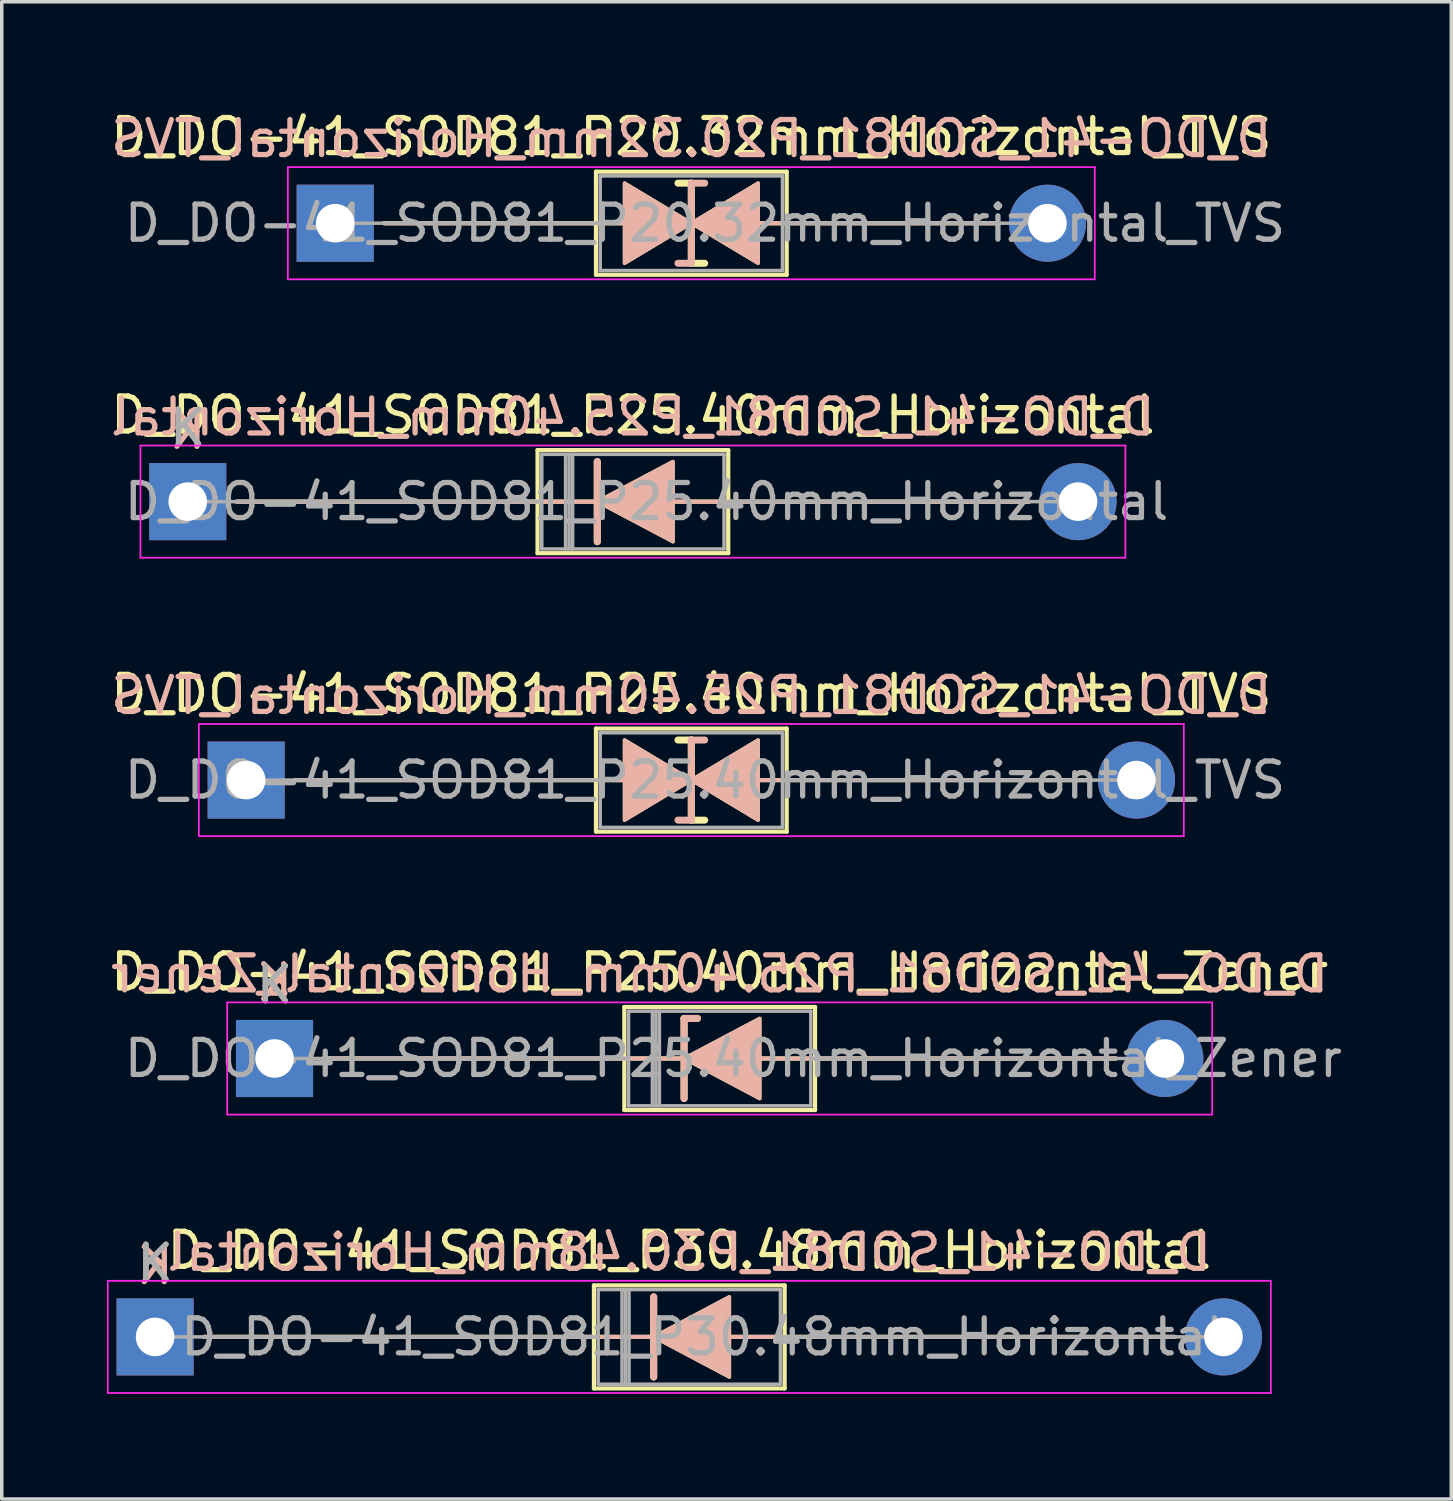
<source format=kicad_pcb>
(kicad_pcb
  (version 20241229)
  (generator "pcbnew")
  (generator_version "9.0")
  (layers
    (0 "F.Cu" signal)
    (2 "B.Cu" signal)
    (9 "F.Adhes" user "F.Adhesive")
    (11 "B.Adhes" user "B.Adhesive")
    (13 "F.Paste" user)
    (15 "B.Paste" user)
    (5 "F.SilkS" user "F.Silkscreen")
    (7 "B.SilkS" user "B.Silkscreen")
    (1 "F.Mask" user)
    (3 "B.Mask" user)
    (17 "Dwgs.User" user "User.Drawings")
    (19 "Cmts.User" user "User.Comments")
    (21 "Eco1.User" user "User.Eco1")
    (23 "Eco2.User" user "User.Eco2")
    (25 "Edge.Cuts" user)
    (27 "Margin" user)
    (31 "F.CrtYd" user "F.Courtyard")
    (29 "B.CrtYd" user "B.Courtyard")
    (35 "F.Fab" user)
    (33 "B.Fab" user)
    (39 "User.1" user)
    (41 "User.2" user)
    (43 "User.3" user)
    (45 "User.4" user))
  (footprint "D_DO-41_SOD81_P25.40mm_Horizontal"
    (layer "F.Cu")
    (at 2.306 11.261)
    (property "Reference" "D_DO-41_SOD81_P25.40mm_Horizontal" (at 12.7 -2.47 0) (layer "F.SilkS") (effects (font (size 1 1) (thickness 0.15))))
    (fp_line (start 1.397 0) (end 9.98 0) (stroke (width 0.12) (type solid)) (layer "F.SilkS"))
    (fp_line (start 9.98 -1.47) (end 9.98 1.47) (stroke (width 0.12) (type solid)) (layer "F.SilkS"))
    (fp_line (start 9.98 1.47) (end 15.42 1.47) (stroke (width 0.12) (type solid)) (layer "F.SilkS"))
    (fp_line (start 11.684 -1.143) (end 11.684 1.143) (stroke (width 0.2) (type solid)) (layer "F.SilkS"))
    (fp_line (start 11.684 0) (end 9.98 0) (stroke (width 0.12) (type solid)) (layer "F.SilkS"))
    (fp_line (start 13.843 0) (end 15.42 0) (stroke (width 0.12) (type solid)) (layer "F.SilkS"))
    (fp_line (start 15.42 -1.47) (end 9.98 -1.47) (stroke (width 0.12) (type solid)) (layer "F.SilkS"))
    (fp_line (start 15.42 1.47) (end 15.42 -1.47) (stroke (width 0.12) (type solid)) (layer "F.SilkS"))
    (fp_line (start 24.003 0) (end 15.42 0) (stroke (width 0.12) (type solid)) (layer "F.SilkS"))
    (fp_poly (pts (xy 13.843 1.143) (xy 11.684 0) (xy 13.843 -1.143)) (stroke (width 0.1) (type solid)) (fill yes) (layer "F.SilkS"))
    (fp_line (start 1.397 0) (end 9.98 0) (stroke (width 0.12) (type solid)) (layer "B.SilkS"))
    (fp_line (start 11.684 0) (end 9.98 0) (stroke (width 0.12) (type solid)) (layer "B.SilkS"))
    (fp_line (start 11.684 1.143) (end 11.684 -1.143) (stroke (width 0.2) (type solid)) (layer "B.SilkS"))
    (fp_line (start 13.843 0) (end 15.42 0) (stroke (width 0.12) (type solid)) (layer "B.SilkS"))
    (fp_line (start 24.003 0) (end 15.42 0) (stroke (width 0.12) (type solid)) (layer "B.SilkS"))
    (fp_poly (pts (xy 13.843 -1.143) (xy 11.684 0) (xy 13.843 1.143)) (stroke (width 0.1) (type solid)) (fill yes) (layer "B.SilkS"))
    (fp_line (start -1.35 -1.6) (end -1.35 1.6) (stroke (width 0.05) (type solid)) (layer "F.CrtYd"))
    (fp_line (start -1.35 1.6) (end 26.75 1.6) (stroke (width 0.05) (type solid)) (layer "F.CrtYd"))
    (fp_line (start 26.75 -1.6) (end -1.35 -1.6) (stroke (width 0.05) (type solid)) (layer "F.CrtYd"))
    (fp_line (start 26.75 1.6) (end 26.75 -1.6) (stroke (width 0.05) (type solid)) (layer "F.CrtYd"))
    (fp_line (start 0 0) (end 10.1 0) (stroke (width 0.1) (type solid)) (layer "F.Fab"))
    (fp_line (start 10.1 -1.35) (end 10.1 1.35) (stroke (width 0.1) (type solid)) (layer "F.Fab"))
    (fp_line (start 10.1 1.35) (end 15.3 1.35) (stroke (width 0.1) (type solid)) (layer "F.Fab"))
    (fp_line (start 10.78 -1.35) (end 10.78 1.35) (stroke (width 0.1) (type solid)) (layer "F.Fab"))
    (fp_line (start 10.88 -1.35) (end 10.88 1.35) (stroke (width 0.1) (type solid)) (layer "F.Fab"))
    (fp_line (start 10.98 -1.35) (end 10.98 1.35) (stroke (width 0.1) (type solid)) (layer "F.Fab"))
    (fp_line (start 15.3 -1.35) (end 10.1 -1.35) (stroke (width 0.1) (type solid)) (layer "F.Fab"))
    (fp_line (start 15.3 1.35) (end 15.3 -1.35) (stroke (width 0.1) (type solid)) (layer "F.Fab"))
    (fp_line (start 25.4 0) (end 15.3 0) (stroke (width 0.1) (type solid)) (layer "F.Fab"))
    (fp_text user "K" (at 0 -2.1 0) (layer "F.SilkS") (effects (font (size 1 1) (thickness 0.15))))
    (fp_text user "${REFERENCE}" (at 12.7 -2.413 0) (layer "B.SilkS") (effects (font (size 1 1) (thickness 0.15)) (justify mirror)))
    (fp_text user "K" (at 0 -2.032 0) (layer "B.SilkS") (effects (font (size 1 1) (thickness 0.15)) (justify mirror)))
    (fp_text user "K" (at 0 -2.1 0) (layer "F.Fab") (effects (font (size 1 1) (thickness 0.15))))
    (fp_text user "${REFERENCE}" (at 13.09 0 0) (layer "F.Fab") (effects (font (size 1 1) (thickness 0.15))))
    (pad "1" thru_hole rect (at 0 0) (size 2.2 2.2) (drill 1.1) (layers "*.Cu" "*.Mask"))
    (pad "2" thru_hole oval (at 25.4 0) (size 2.2 2.2) (drill 1.1) (layers "*.Cu" "*.Mask")))
  (footprint "D_DO-41_SOD81_P25.40mm_Horizontal_TVS"
    (layer "F.Cu")
    (at 3.973 19.205)
    (property "Reference" "D_DO-41_SOD81_P25.40mm_Horizontal_TVS" (at 12.7 -2.47 0) (layer "F.SilkS") (effects (font (size 1 1) (thickness 0.15))))
    (fp_line (start 1.397 0) (end 9.98 0) (stroke (width 0.12) (type solid)) (layer "F.SilkS"))
    (fp_line (start 9.98 -1.47) (end 9.98 1.47) (stroke (width 0.12) (type solid)) (layer "F.SilkS"))
    (fp_line (start 9.98 0) (end 10.795 0) (stroke (width 0.12) (type solid)) (layer "F.SilkS"))
    (fp_line (start 9.98 1.47) (end 15.42 1.47) (stroke (width 0.12) (type solid)) (layer "F.SilkS"))
    (fp_line (start 12.7 -1.143) (end 12.319 -1.143) (stroke (width 0.2) (type solid)) (layer "F.SilkS"))
    (fp_line (start 12.7 1.143) (end 12.7 -1.143) (stroke (width 0.2) (type solid)) (layer "F.SilkS"))
    (fp_line (start 13.081 1.143) (end 12.7 1.143) (stroke (width 0.2) (type solid)) (layer "F.SilkS"))
    (fp_line (start 14.605 0) (end 15.42 0) (stroke (width 0.12) (type solid)) (layer "F.SilkS"))
    (fp_line (start 15.42 -1.47) (end 9.98 -1.47) (stroke (width 0.12) (type solid)) (layer "F.SilkS"))
    (fp_line (start 15.42 1.47) (end 15.42 -1.47) (stroke (width 0.12) (type solid)) (layer "F.SilkS"))
    (fp_line (start 24.003 0) (end 15.42 0) (stroke (width 0.12) (type solid)) (layer "F.SilkS"))
    (fp_poly (pts (xy 12.7 0) (xy 10.795 1.143) (xy 10.795 -1.143)) (stroke (width 0.1) (type solid)) (fill yes) (layer "F.SilkS"))
    (fp_poly (pts (xy 12.7 0) (xy 14.605 -1.143) (xy 14.605 1.143)) (stroke (width 0.1) (type solid)) (fill yes) (layer "F.SilkS"))
    (fp_line (start 1.397 0) (end 9.98 0) (stroke (width 0.12) (type solid)) (layer "B.SilkS"))
    (fp_line (start 9.98 0) (end 10.795 0) (stroke (width 0.12) (type solid)) (layer "B.SilkS"))
    (fp_line (start 12.7 -1.143) (end 12.7 1.143) (stroke (width 0.2) (type solid)) (layer "B.SilkS"))
    (fp_line (start 12.7 1.143) (end 12.319 1.143) (stroke (width 0.2) (type solid)) (layer "B.SilkS"))
    (fp_line (start 13.081 -1.143) (end 12.7 -1.143) (stroke (width 0.2) (type solid)) (layer "B.SilkS"))
    (fp_line (start 14.605 0) (end 15.42 0) (stroke (width 0.12) (type solid)) (layer "B.SilkS"))
    (fp_line (start 24.003 0) (end 15.42 0) (stroke (width 0.12) (type solid)) (layer "B.SilkS"))
    (fp_poly (pts (xy 12.7 0) (xy 10.795 -1.143) (xy 10.795 1.143)) (stroke (width 0.1) (type solid)) (fill yes) (layer "B.SilkS"))
    (fp_poly (pts (xy 12.7 0) (xy 14.605 1.143) (xy 14.605 -1.143)) (stroke (width 0.1) (type solid)) (fill yes) (layer "B.SilkS"))
    (fp_line (start -1.35 -1.6) (end -1.35 1.6) (stroke (width 0.05) (type solid)) (layer "F.CrtYd"))
    (fp_line (start -1.35 1.6) (end 26.75 1.6) (stroke (width 0.05) (type solid)) (layer "F.CrtYd"))
    (fp_line (start 26.75 -1.6) (end -1.35 -1.6) (stroke (width 0.05) (type solid)) (layer "F.CrtYd"))
    (fp_line (start 26.75 1.6) (end 26.75 -1.6) (stroke (width 0.05) (type solid)) (layer "F.CrtYd"))
    (fp_line (start 0 0) (end 10.1 0) (stroke (width 0.1) (type solid)) (layer "F.Fab"))
    (fp_line (start 10.1 -1.35) (end 10.1 1.35) (stroke (width 0.1) (type solid)) (layer "F.Fab"))
    (fp_line (start 10.1 1.35) (end 15.3 1.35) (stroke (width 0.1) (type solid)) (layer "F.Fab"))
    (fp_line (start 15.3 -1.35) (end 10.1 -1.35) (stroke (width 0.1) (type solid)) (layer "F.Fab"))
    (fp_line (start 15.3 1.35) (end 15.3 -1.35) (stroke (width 0.1) (type solid)) (layer "F.Fab"))
    (fp_line (start 25.4 0) (end 15.3 0) (stroke (width 0.1) (type solid)) (layer "F.Fab"))
    (fp_text user "${REFERENCE}" (at 12.7 -2.413 0) (layer "B.SilkS") (effects (font (size 1 1) (thickness 0.15)) (justify mirror)))
    (fp_text user "${REFERENCE}" (at 13.09 0 0) (layer "F.Fab") (effects (font (size 1 1) (thickness 0.15))))
    (pad "1" thru_hole rect (at 0 0) (size 2.2 2.2) (drill 1.1) (layers "*.Cu" "*.Mask"))
    (pad "2" thru_hole oval (at 25.4 0) (size 2.2 2.2) (drill 1.1) (layers "*.Cu" "*.Mask")))
  (footprint "D_DO-41_SOD81_P20.32mm_Horizontal_TVS"
    (layer "F.Cu")
    (at 6.513 3.318)
    (property "Reference" "D_DO-41_SOD81_P20.32mm_Horizontal_TVS" (at 10.16 -2.47 0) (layer "F.SilkS") (effects (font (size 1 1) (thickness 0.15))))
    (fp_line (start 1.397 0) (end 7.44 0) (stroke (width 0.12) (type solid)) (layer "F.SilkS"))
    (fp_line (start 7.44 -1.47) (end 7.44 1.47) (stroke (width 0.12) (type solid)) (layer "F.SilkS"))
    (fp_line (start 7.44 0) (end 8.255 0) (stroke (width 0.12) (type solid)) (layer "F.SilkS"))
    (fp_line (start 7.44 1.47) (end 12.88 1.47) (stroke (width 0.12) (type solid)) (layer "F.SilkS"))
    (fp_line (start 10.16 -1.143) (end 9.779 -1.143) (stroke (width 0.2) (type solid)) (layer "F.SilkS"))
    (fp_line (start 10.16 1.143) (end 10.16 -1.143) (stroke (width 0.2) (type solid)) (layer "F.SilkS"))
    (fp_line (start 10.541 1.143) (end 10.16 1.143) (stroke (width 0.2) (type solid)) (layer "F.SilkS"))
    (fp_line (start 12.065 0) (end 12.88 0) (stroke (width 0.12) (type solid)) (layer "F.SilkS"))
    (fp_line (start 12.88 -1.47) (end 7.44 -1.47) (stroke (width 0.12) (type solid)) (layer "F.SilkS"))
    (fp_line (start 12.88 1.47) (end 12.88 -1.47) (stroke (width 0.12) (type solid)) (layer "F.SilkS"))
    (fp_line (start 18.923 0) (end 12.88 0) (stroke (width 0.12) (type solid)) (layer "F.SilkS"))
    (fp_poly (pts (xy 10.16 0) (xy 8.255 1.143) (xy 8.255 -1.143)) (stroke (width 0.1) (type solid)) (fill yes) (layer "F.SilkS"))
    (fp_poly (pts (xy 10.16 0) (xy 12.065 -1.143) (xy 12.065 1.143)) (stroke (width 0.1) (type solid)) (fill yes) (layer "F.SilkS"))
    (fp_line (start 1.397 0) (end 7.44 0) (stroke (width 0.12) (type solid)) (layer "B.SilkS"))
    (fp_line (start 7.44 0) (end 8.255 0) (stroke (width 0.12) (type solid)) (layer "B.SilkS"))
    (fp_line (start 10.16 -1.143) (end 10.16 1.143) (stroke (width 0.2) (type solid)) (layer "B.SilkS"))
    (fp_line (start 10.16 1.143) (end 9.779 1.143) (stroke (width 0.2) (type solid)) (layer "B.SilkS"))
    (fp_line (start 10.541 -1.143) (end 10.16 -1.143) (stroke (width 0.2) (type solid)) (layer "B.SilkS"))
    (fp_line (start 12.065 0) (end 12.88 0) (stroke (width 0.12) (type solid)) (layer "B.SilkS"))
    (fp_line (start 18.923 0) (end 12.88 0) (stroke (width 0.12) (type solid)) (layer "B.SilkS"))
    (fp_poly (pts (xy 10.16 0) (xy 8.255 -1.143) (xy 8.255 1.143)) (stroke (width 0.1) (type solid)) (fill yes) (layer "B.SilkS"))
    (fp_poly (pts (xy 10.16 0) (xy 12.065 1.143) (xy 12.065 -1.143)) (stroke (width 0.1) (type solid)) (fill yes) (layer "B.SilkS"))
    (fp_line (start -1.35 -1.6) (end -1.35 1.6) (stroke (width 0.05) (type solid)) (layer "F.CrtYd"))
    (fp_line (start -1.35 1.6) (end 21.67 1.6) (stroke (width 0.05) (type solid)) (layer "F.CrtYd"))
    (fp_line (start 21.67 -1.6) (end -1.35 -1.6) (stroke (width 0.05) (type solid)) (layer "F.CrtYd"))
    (fp_line (start 21.67 1.6) (end 21.67 -1.6) (stroke (width 0.05) (type solid)) (layer "F.CrtYd"))
    (fp_line (start 0 0) (end 7.56 0) (stroke (width 0.1) (type solid)) (layer "F.Fab"))
    (fp_line (start 7.56 -1.35) (end 7.56 1.35) (stroke (width 0.1) (type solid)) (layer "F.Fab"))
    (fp_line (start 7.56 1.35) (end 12.76 1.35) (stroke (width 0.1) (type solid)) (layer "F.Fab"))
    (fp_line (start 12.76 -1.35) (end 7.56 -1.35) (stroke (width 0.1) (type solid)) (layer "F.Fab"))
    (fp_line (start 12.76 1.35) (end 12.76 -1.35) (stroke (width 0.1) (type solid)) (layer "F.Fab"))
    (fp_line (start 20.32 0) (end 12.76 0) (stroke (width 0.1) (type solid)) (layer "F.Fab"))
    (fp_text user "${REFERENCE}" (at 10.16 -2.413 0) (layer "B.SilkS") (effects (font (size 1 1) (thickness 0.15)) (justify mirror)))
    (fp_text user "${REFERENCE}" (at 10.55 0 0) (layer "F.Fab") (effects (font (size 1 1) (thickness 0.15))))
    (pad "1" thru_hole rect (at 0 0) (size 2.2 2.2) (drill 1.1) (layers "*.Cu" "*.Mask"))
    (pad "2" thru_hole oval (at 20.32 0) (size 2.2 2.2) (drill 1.1) (layers "*.Cu" "*.Mask")))
  (footprint "D_DO-41_SOD81_P30.48mm_Horizontal"
    (layer "F.Cu")
    (at 1.375 35.091)
    (property "Reference" "D_DO-41_SOD81_P30.48mm_Horizontal" (at 15.24 -2.47 0) (layer "F.SilkS") (effects (font (size 1 1) (thickness 0.15))))
    (fp_line (start 1.397 0) (end 12.52 0) (stroke (width 0.12) (type solid)) (layer "F.SilkS"))
    (fp_line (start 12.52 -1.47) (end 12.52 1.47) (stroke (width 0.12) (type solid)) (layer "F.SilkS"))
    (fp_line (start 12.52 1.47) (end 17.96 1.47) (stroke (width 0.12) (type solid)) (layer "F.SilkS"))
    (fp_line (start 14.224 -1.143) (end 14.224 1.143) (stroke (width 0.2) (type solid)) (layer "F.SilkS"))
    (fp_line (start 14.224 0) (end 12.52 0) (stroke (width 0.12) (type solid)) (layer "F.SilkS"))
    (fp_line (start 16.383 0) (end 17.96 0) (stroke (width 0.12) (type solid)) (layer "F.SilkS"))
    (fp_line (start 17.96 -1.47) (end 12.52 -1.47) (stroke (width 0.12) (type solid)) (layer "F.SilkS"))
    (fp_line (start 17.96 1.47) (end 17.96 -1.47) (stroke (width 0.12) (type solid)) (layer "F.SilkS"))
    (fp_line (start 29.083 0) (end 17.96 0) (stroke (width 0.12) (type solid)) (layer "F.SilkS"))
    (fp_poly (pts (xy 16.383 1.143) (xy 14.224 0) (xy 16.383 -1.143)) (stroke (width 0.1) (type solid)) (fill yes) (layer "F.SilkS"))
    (fp_line (start 1.397 0) (end 12.52 0) (stroke (width 0.12) (type solid)) (layer "B.SilkS"))
    (fp_line (start 14.224 0) (end 12.52 0) (stroke (width 0.12) (type solid)) (layer "B.SilkS"))
    (fp_line (start 14.224 1.143) (end 14.224 -1.143) (stroke (width 0.2) (type solid)) (layer "B.SilkS"))
    (fp_line (start 16.383 0) (end 17.96 0) (stroke (width 0.12) (type solid)) (layer "B.SilkS"))
    (fp_line (start 29.083 0) (end 17.96 0) (stroke (width 0.12) (type solid)) (layer "B.SilkS"))
    (fp_poly (pts (xy 16.383 -1.143) (xy 14.224 0) (xy 16.383 1.143)) (stroke (width 0.1) (type solid)) (fill yes) (layer "B.SilkS"))
    (fp_line (start -1.35 -1.6) (end -1.35 1.6) (stroke (width 0.05) (type solid)) (layer "F.CrtYd"))
    (fp_line (start -1.35 1.6) (end 31.83 1.6) (stroke (width 0.05) (type solid)) (layer "F.CrtYd"))
    (fp_line (start 31.83 -1.6) (end -1.35 -1.6) (stroke (width 0.05) (type solid)) (layer "F.CrtYd"))
    (fp_line (start 31.83 1.6) (end 31.83 -1.6) (stroke (width 0.05) (type solid)) (layer "F.CrtYd"))
    (fp_line (start 0 0) (end 12.64 0) (stroke (width 0.1) (type solid)) (layer "F.Fab"))
    (fp_line (start 12.64 -1.35) (end 12.64 1.35) (stroke (width 0.1) (type solid)) (layer "F.Fab"))
    (fp_line (start 12.64 1.35) (end 17.84 1.35) (stroke (width 0.1) (type solid)) (layer "F.Fab"))
    (fp_line (start 13.32 -1.35) (end 13.32 1.35) (stroke (width 0.1) (type solid)) (layer "F.Fab"))
    (fp_line (start 13.42 -1.35) (end 13.42 1.35) (stroke (width 0.1) (type solid)) (layer "F.Fab"))
    (fp_line (start 13.52 -1.35) (end 13.52 1.35) (stroke (width 0.1) (type solid)) (layer "F.Fab"))
    (fp_line (start 17.84 -1.35) (end 12.64 -1.35) (stroke (width 0.1) (type solid)) (layer "F.Fab"))
    (fp_line (start 17.84 1.35) (end 17.84 -1.35) (stroke (width 0.1) (type solid)) (layer "F.Fab"))
    (fp_line (start 30.48 0) (end 17.84 0) (stroke (width 0.1) (type solid)) (layer "F.Fab"))
    (fp_text user "K" (at 0 -2.1 0) (layer "F.SilkS") (effects (font (size 1 1) (thickness 0.15))))
    (fp_text user "K" (at 0 -2.032 0) (layer "B.SilkS") (effects (font (size 1 1) (thickness 0.15)) (justify mirror)))
    (fp_text user "${REFERENCE}" (at 15.24 -2.413 0) (layer "B.SilkS") (effects (font (size 1 1) (thickness 0.15)) (justify mirror)))
    (fp_text user "K" (at 0 -2.1 0) (layer "F.Fab") (effects (font (size 1 1) (thickness 0.15))))
    (fp_text user "${REFERENCE}" (at 15.63 0 0) (layer "F.Fab") (effects (font (size 1 1) (thickness 0.15))))
    (pad "1" thru_hole rect (at 0 0) (size 2.2 2.2) (drill 1.1) (layers "*.Cu" "*.Mask"))
    (pad "2" thru_hole oval (at 30.48 0) (size 2.2 2.2) (drill 1.1) (layers "*.Cu" "*.Mask")))
  (footprint "D_DO-41_SOD81_P25.40mm_Horizontal_Zener"
    (layer "F.Cu")
    (at 4.782 27.148)
    (property "Reference" "D_DO-41_SOD81_P25.40mm_Horizontal_Zener" (at 12.7 -2.47 0) (layer "F.SilkS") (effects (font (size 1 1) (thickness 0.15))))
    (fp_line (start 1.397 0) (end 9.98 0) (stroke (width 0.12) (type solid)) (layer "F.SilkS"))
    (fp_line (start 9.98 -1.47) (end 9.98 1.47) (stroke (width 0.12) (type solid)) (layer "F.SilkS"))
    (fp_line (start 9.98 1.47) (end 15.42 1.47) (stroke (width 0.12) (type solid)) (layer "F.SilkS"))
    (fp_line (start 11.684 -1.143) (end 11.684 1.143) (stroke (width 0.2) (type solid)) (layer "F.SilkS"))
    (fp_line (start 11.684 -1.143) (end 12.065 -1.143) (stroke (width 0.2) (type solid)) (layer "F.SilkS"))
    (fp_line (start 11.684 0) (end 9.98 0) (stroke (width 0.12) (type solid)) (layer "F.SilkS"))
    (fp_line (start 13.843 0) (end 15.42 0) (stroke (width 0.12) (type solid)) (layer "F.SilkS"))
    (fp_line (start 15.42 -1.47) (end 9.98 -1.47) (stroke (width 0.12) (type solid)) (layer "F.SilkS"))
    (fp_line (start 15.42 1.47) (end 15.42 -1.47) (stroke (width 0.12) (type solid)) (layer "F.SilkS"))
    (fp_line (start 24.003 0) (end 15.42 0) (stroke (width 0.12) (type solid)) (layer "F.SilkS"))
    (fp_poly (pts (xy 13.843 1.143) (xy 11.684 0) (xy 13.843 -1.143)) (stroke (width 0.1) (type solid)) (fill yes) (layer "F.SilkS"))
    (fp_line (start 1.397 0) (end 9.98 0) (stroke (width 0.12) (type solid)) (layer "B.SilkS"))
    (fp_line (start 11.684 -1.143) (end 12.065 -1.143) (stroke (width 0.2) (type solid)) (layer "B.SilkS"))
    (fp_line (start 11.684 0) (end 9.98 0) (stroke (width 0.12) (type solid)) (layer "B.SilkS"))
    (fp_line (start 11.684 1.143) (end 11.684 -1.143) (stroke (width 0.2) (type solid)) (layer "B.SilkS"))
    (fp_line (start 13.843 0) (end 15.42 0) (stroke (width 0.12) (type solid)) (layer "B.SilkS"))
    (fp_line (start 24.003 0) (end 15.42 0) (stroke (width 0.12) (type solid)) (layer "B.SilkS"))
    (fp_poly (pts (xy 13.843 -1.143) (xy 11.684 0) (xy 13.843 1.143)) (stroke (width 0.1) (type solid)) (fill yes) (layer "B.SilkS"))
    (fp_line (start -1.35 -1.6) (end -1.35 1.6) (stroke (width 0.05) (type solid)) (layer "F.CrtYd"))
    (fp_line (start -1.35 1.6) (end 26.75 1.6) (stroke (width 0.05) (type solid)) (layer "F.CrtYd"))
    (fp_line (start 26.75 -1.6) (end -1.35 -1.6) (stroke (width 0.05) (type solid)) (layer "F.CrtYd"))
    (fp_line (start 26.75 1.6) (end 26.75 -1.6) (stroke (width 0.05) (type solid)) (layer "F.CrtYd"))
    (fp_line (start 0 0) (end 10.1 0) (stroke (width 0.1) (type solid)) (layer "F.Fab"))
    (fp_line (start 10.1 -1.35) (end 10.1 1.35) (stroke (width 0.1) (type solid)) (layer "F.Fab"))
    (fp_line (start 10.1 1.35) (end 15.3 1.35) (stroke (width 0.1) (type solid)) (layer "F.Fab"))
    (fp_line (start 10.78 -1.35) (end 10.78 1.35) (stroke (width 0.1) (type solid)) (layer "F.Fab"))
    (fp_line (start 10.88 -1.35) (end 10.88 1.35) (stroke (width 0.1) (type solid)) (layer "F.Fab"))
    (fp_line (start 10.98 -1.35) (end 10.98 1.35) (stroke (width 0.1) (type solid)) (layer "F.Fab"))
    (fp_line (start 15.3 -1.35) (end 10.1 -1.35) (stroke (width 0.1) (type solid)) (layer "F.Fab"))
    (fp_line (start 15.3 1.35) (end 15.3 -1.35) (stroke (width 0.1) (type solid)) (layer "F.Fab"))
    (fp_line (start 25.4 0) (end 15.3 0) (stroke (width 0.1) (type solid)) (layer "F.Fab"))
    (fp_text user "K" (at 0 -2.1 0) (layer "F.SilkS") (effects (font (size 1 1) (thickness 0.15))))
    (fp_text user "${REFERENCE}" (at 12.7 -2.413 0) (layer "B.SilkS") (effects (font (size 1 1) (thickness 0.15)) (justify mirror)))
    (fp_text user "K" (at 0 -2.159 0) (layer "B.SilkS") (effects (font (size 1 1) (thickness 0.15)) (justify mirror)))
    (fp_text user "K" (at 0 -2.1 0) (layer "F.Fab") (effects (font (size 1 1) (thickness 0.15))))
    (fp_text user "${REFERENCE}" (at 13.09 0 0) (layer "F.Fab") (effects (font (size 1 1) (thickness 0.15))))
    (pad "1" thru_hole rect (at 0 0) (size 2.2 2.2) (drill 1.1) (layers "*.Cu" "*.Mask"))
    (pad "2" thru_hole oval (at 25.4 0) (size 2.2 2.2) (drill 1.1) (layers "*.Cu" "*.Mask")))
  (gr_rect
    (start -3 -3)
    (end 38.354 39.716)
    (stroke (width 0.1) (type default))
    (fill no)
    (layer "Edge.Cuts")))
</source>
